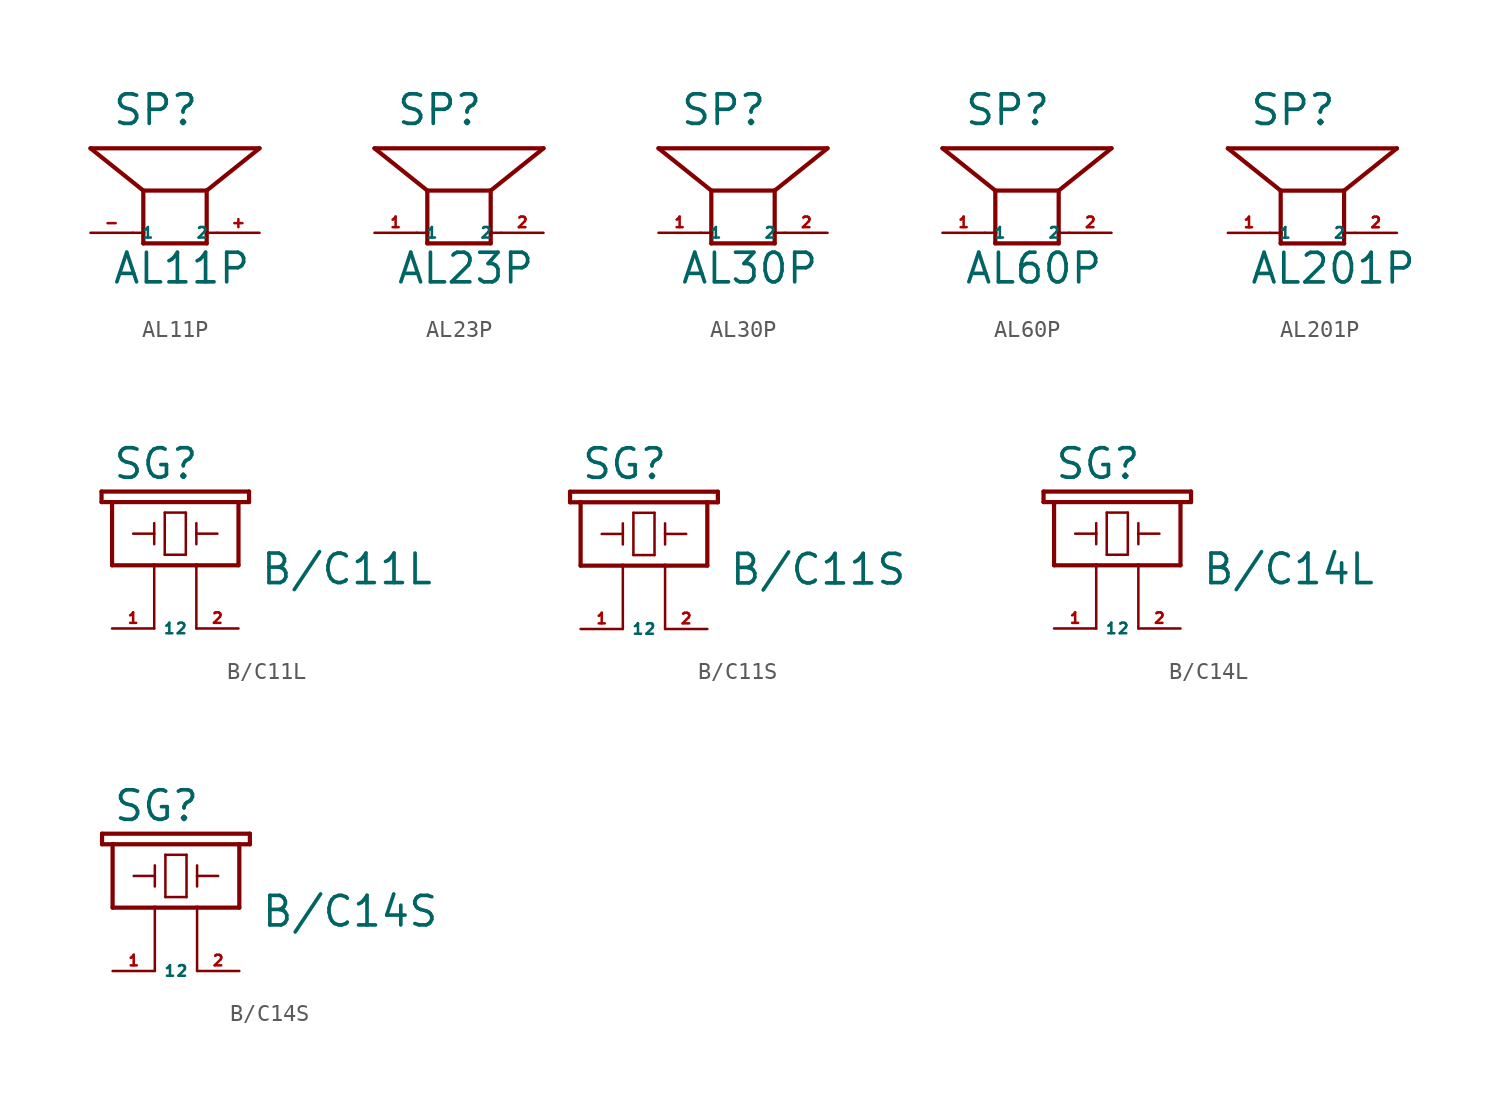
<source format=kicad_sym>
(kicad_symbol_lib
  (version 20220914)
  (generator Eagle2Kicad)
  (symbol "AL11P"
    (property "Reference" "SP"
      (at -3.81 6.35 0)
      (effects (font (size 1.778 1.778) (thickness 0.22)) (justify left bottom)))
    (property "Value" "AL11P"
      (at -3.81 -3.175 0)
      (effects (font (size 1.778 1.778) (thickness 0.22)) (justify left bottom)))
    (polyline
      (pts (xy -1.905 -0.635) (xy 1.905 -0.635))
      (stroke (width 0.254) (type default))
      (fill (type none)))
    (polyline
      (pts (xy 1.905 -0.635) (xy 1.905 0))
      (stroke (width 0.254) (type default))
      (fill (type none)))
    (polyline
      (pts (xy 1.905 2.54) (xy -1.905 2.54))
      (stroke (width 0.254) (type default))
      (fill (type none)))
    (polyline
      (pts (xy -1.905 -0.635) (xy -1.905 0))
      (stroke (width 0.254) (type default))
      (fill (type none)))
    (polyline
      (pts (xy 1.905 2.54) (xy 5.08 5.08))
      (stroke (width 0.254) (type default))
      (fill (type none)))
    (polyline
      (pts (xy 5.08 5.08) (xy -5.08 5.08))
      (stroke (width 0.254) (type default))
      (fill (type none)))
    (polyline
      (pts (xy -1.905 2.54) (xy -5.08 5.08))
      (stroke (width 0.254) (type default))
      (fill (type none)))
    (polyline
      (pts (xy 2.54 0) (xy 1.905 0))
      (stroke (width 0.152) (type default))
      (fill (type none)))
    (polyline
      (pts (xy 1.905 0) (xy 1.905 2.54))
      (stroke (width 0.254) (type default))
      (fill (type none)))
    (polyline
      (pts (xy -2.54 0) (xy -1.905 0))
      (stroke (width 0.152) (type default))
      (fill (type none)))
    (polyline
      (pts (xy -1.905 0) (xy -1.905 2.54))
      (stroke (width 0.254) (type default))
      (fill (type none)))
    (pin passive line
      (at 5.08 0 180)
      (length 2.54)
      (name "2" (effects (font (size 0.635 0.635) (thickness 0.08)) (justify left bottom)))
      (number "+" (effects (font (size 0.635 0.635) (thickness 0.08)) (justify left bottom))))
    (pin passive line
      (at -5.08 0 0)
      (length 2.54)
      (name "1" (effects (font (size 0.635 0.635) (thickness 0.08)) (justify left bottom)))
      (number "-" (effects (font (size 0.635 0.635) (thickness 0.08)) (justify left bottom)))))
  (symbol "AL23P"
    (property "Reference" "SP"
      (at -3.81 6.35 0)
      (effects (font (size 1.778 1.778) (thickness 0.22)) (justify left bottom)))
    (property "Value" "AL23P"
      (at -3.81 -3.175 0)
      (effects (font (size 1.778 1.778) (thickness 0.22)) (justify left bottom)))
    (polyline
      (pts (xy -1.905 -0.635) (xy 1.905 -0.635))
      (stroke (width 0.254) (type default))
      (fill (type none)))
    (polyline
      (pts (xy 1.905 -0.635) (xy 1.905 0))
      (stroke (width 0.254) (type default))
      (fill (type none)))
    (polyline
      (pts (xy 1.905 2.54) (xy -1.905 2.54))
      (stroke (width 0.254) (type default))
      (fill (type none)))
    (polyline
      (pts (xy -1.905 -0.635) (xy -1.905 0))
      (stroke (width 0.254) (type default))
      (fill (type none)))
    (polyline
      (pts (xy 1.905 2.54) (xy 5.08 5.08))
      (stroke (width 0.254) (type default))
      (fill (type none)))
    (polyline
      (pts (xy 5.08 5.08) (xy -5.08 5.08))
      (stroke (width 0.254) (type default))
      (fill (type none)))
    (polyline
      (pts (xy -1.905 2.54) (xy -5.08 5.08))
      (stroke (width 0.254) (type default))
      (fill (type none)))
    (polyline
      (pts (xy 2.54 0) (xy 1.905 0))
      (stroke (width 0.152) (type default))
      (fill (type none)))
    (polyline
      (pts (xy 1.905 0) (xy 1.905 2.54))
      (stroke (width 0.254) (type default))
      (fill (type none)))
    (polyline
      (pts (xy -2.54 0) (xy -1.905 0))
      (stroke (width 0.152) (type default))
      (fill (type none)))
    (polyline
      (pts (xy -1.905 0) (xy -1.905 2.54))
      (stroke (width 0.254) (type default))
      (fill (type none)))
    (pin passive line
      (at 5.08 0 180)
      (length 2.54)
      (name "2" (effects (font (size 0.635 0.635) (thickness 0.08)) (justify left bottom)))
      (number "2" (effects (font (size 0.635 0.635) (thickness 0.08)) (justify left bottom))))
    (pin passive line
      (at -5.08 0 0)
      (length 2.54)
      (name "1" (effects (font (size 0.635 0.635) (thickness 0.08)) (justify left bottom)))
      (number "1" (effects (font (size 0.635 0.635) (thickness 0.08)) (justify left bottom)))))
  (symbol "AL30P"
    (property "Reference" "SP"
      (at -3.81 6.35 0)
      (effects (font (size 1.778 1.778) (thickness 0.22)) (justify left bottom)))
    (property "Value" "AL30P"
      (at -3.81 -3.175 0)
      (effects (font (size 1.778 1.778) (thickness 0.22)) (justify left bottom)))
    (polyline
      (pts (xy -1.905 -0.635) (xy 1.905 -0.635))
      (stroke (width 0.254) (type default))
      (fill (type none)))
    (polyline
      (pts (xy 1.905 -0.635) (xy 1.905 0))
      (stroke (width 0.254) (type default))
      (fill (type none)))
    (polyline
      (pts (xy 1.905 2.54) (xy -1.905 2.54))
      (stroke (width 0.254) (type default))
      (fill (type none)))
    (polyline
      (pts (xy -1.905 -0.635) (xy -1.905 0))
      (stroke (width 0.254) (type default))
      (fill (type none)))
    (polyline
      (pts (xy 1.905 2.54) (xy 5.08 5.08))
      (stroke (width 0.254) (type default))
      (fill (type none)))
    (polyline
      (pts (xy 5.08 5.08) (xy -5.08 5.08))
      (stroke (width 0.254) (type default))
      (fill (type none)))
    (polyline
      (pts (xy -1.905 2.54) (xy -5.08 5.08))
      (stroke (width 0.254) (type default))
      (fill (type none)))
    (polyline
      (pts (xy 2.54 0) (xy 1.905 0))
      (stroke (width 0.152) (type default))
      (fill (type none)))
    (polyline
      (pts (xy 1.905 0) (xy 1.905 2.54))
      (stroke (width 0.254) (type default))
      (fill (type none)))
    (polyline
      (pts (xy -2.54 0) (xy -1.905 0))
      (stroke (width 0.152) (type default))
      (fill (type none)))
    (polyline
      (pts (xy -1.905 0) (xy -1.905 2.54))
      (stroke (width 0.254) (type default))
      (fill (type none)))
    (pin passive line
      (at 5.08 0 180)
      (length 2.54)
      (name "2" (effects (font (size 0.635 0.635) (thickness 0.08)) (justify left bottom)))
      (number "2" (effects (font (size 0.635 0.635) (thickness 0.08)) (justify left bottom))))
    (pin passive line
      (at -5.08 0 0)
      (length 2.54)
      (name "1" (effects (font (size 0.635 0.635) (thickness 0.08)) (justify left bottom)))
      (number "1" (effects (font (size 0.635 0.635) (thickness 0.08)) (justify left bottom)))))
  (symbol "AL60P"
    (property "Reference" "SP"
      (at -3.81 6.35 0)
      (effects (font (size 1.778 1.778) (thickness 0.22)) (justify left bottom)))
    (property "Value" "AL60P"
      (at -3.81 -3.175 0)
      (effects (font (size 1.778 1.778) (thickness 0.22)) (justify left bottom)))
    (polyline
      (pts (xy -1.905 -0.635) (xy 1.905 -0.635))
      (stroke (width 0.254) (type default))
      (fill (type none)))
    (polyline
      (pts (xy 1.905 -0.635) (xy 1.905 0))
      (stroke (width 0.254) (type default))
      (fill (type none)))
    (polyline
      (pts (xy 1.905 2.54) (xy -1.905 2.54))
      (stroke (width 0.254) (type default))
      (fill (type none)))
    (polyline
      (pts (xy -1.905 -0.635) (xy -1.905 0))
      (stroke (width 0.254) (type default))
      (fill (type none)))
    (polyline
      (pts (xy 1.905 2.54) (xy 5.08 5.08))
      (stroke (width 0.254) (type default))
      (fill (type none)))
    (polyline
      (pts (xy 5.08 5.08) (xy -5.08 5.08))
      (stroke (width 0.254) (type default))
      (fill (type none)))
    (polyline
      (pts (xy -1.905 2.54) (xy -5.08 5.08))
      (stroke (width 0.254) (type default))
      (fill (type none)))
    (polyline
      (pts (xy 2.54 0) (xy 1.905 0))
      (stroke (width 0.152) (type default))
      (fill (type none)))
    (polyline
      (pts (xy 1.905 0) (xy 1.905 2.54))
      (stroke (width 0.254) (type default))
      (fill (type none)))
    (polyline
      (pts (xy -2.54 0) (xy -1.905 0))
      (stroke (width 0.152) (type default))
      (fill (type none)))
    (polyline
      (pts (xy -1.905 0) (xy -1.905 2.54))
      (stroke (width 0.254) (type default))
      (fill (type none)))
    (pin passive line
      (at 5.08 0 180)
      (length 2.54)
      (name "2" (effects (font (size 0.635 0.635) (thickness 0.08)) (justify left bottom)))
      (number "2" (effects (font (size 0.635 0.635) (thickness 0.08)) (justify left bottom))))
    (pin passive line
      (at -5.08 0 0)
      (length 2.54)
      (name "1" (effects (font (size 0.635 0.635) (thickness 0.08)) (justify left bottom)))
      (number "1" (effects (font (size 0.635 0.635) (thickness 0.08)) (justify left bottom)))))
  (symbol "AL201P"
    (property "Reference" "SP"
      (at -3.81 6.35 0)
      (effects (font (size 1.778 1.778) (thickness 0.22)) (justify left bottom)))
    (property "Value" "AL201P"
      (at -3.81 -3.175 0)
      (effects (font (size 1.778 1.778) (thickness 0.22)) (justify left bottom)))
    (polyline
      (pts (xy -1.905 -0.635) (xy 1.905 -0.635))
      (stroke (width 0.254) (type default))
      (fill (type none)))
    (polyline
      (pts (xy 1.905 -0.635) (xy 1.905 0))
      (stroke (width 0.254) (type default))
      (fill (type none)))
    (polyline
      (pts (xy 1.905 2.54) (xy -1.905 2.54))
      (stroke (width 0.254) (type default))
      (fill (type none)))
    (polyline
      (pts (xy -1.905 -0.635) (xy -1.905 0))
      (stroke (width 0.254) (type default))
      (fill (type none)))
    (polyline
      (pts (xy 1.905 2.54) (xy 5.08 5.08))
      (stroke (width 0.254) (type default))
      (fill (type none)))
    (polyline
      (pts (xy 5.08 5.08) (xy -5.08 5.08))
      (stroke (width 0.254) (type default))
      (fill (type none)))
    (polyline
      (pts (xy -1.905 2.54) (xy -5.08 5.08))
      (stroke (width 0.254) (type default))
      (fill (type none)))
    (polyline
      (pts (xy 2.54 0) (xy 1.905 0))
      (stroke (width 0.152) (type default))
      (fill (type none)))
    (polyline
      (pts (xy 1.905 0) (xy 1.905 2.54))
      (stroke (width 0.254) (type default))
      (fill (type none)))
    (polyline
      (pts (xy -2.54 0) (xy -1.905 0))
      (stroke (width 0.152) (type default))
      (fill (type none)))
    (polyline
      (pts (xy -1.905 0) (xy -1.905 2.54))
      (stroke (width 0.254) (type default))
      (fill (type none)))
    (pin passive line
      (at 5.08 0 180)
      (length 2.54)
      (name "2" (effects (font (size 0.635 0.635) (thickness 0.08)) (justify left bottom)))
      (number "2" (effects (font (size 0.635 0.635) (thickness 0.08)) (justify left bottom))))
    (pin passive line
      (at -5.08 0 0)
      (length 2.54)
      (name "1" (effects (font (size 0.635 0.635) (thickness 0.08)) (justify left bottom)))
      (number "1" (effects (font (size 0.635 0.635) (thickness 0.08)) (justify left bottom)))))
  (symbol "B/C11L"
    (property "Reference" "SG"
      (at -2.54 6.35 0)
      (effects (font (size 1.778 1.778) (thickness 0.22)) (justify left bottom)))
    (property "Value" "B/C11L"
      (at 6.35 0 0)
      (effects (font (size 1.778 1.778) (thickness 0.22)) (justify left bottom)))
    (polyline
      (pts (xy -1.27 3.175) (xy 0 3.175))
      (stroke (width 0.152) (type default))
      (fill (type none)))
    (polyline
      (pts (xy 0 3.175) (xy 0 3.81))
      (stroke (width 0.152) (type default))
      (fill (type none)))
    (polyline
      (pts (xy 0 3.175) (xy 0 2.54))
      (stroke (width 0.152) (type default))
      (fill (type none)))
    (polyline
      (pts (xy 0.635 4.445) (xy 0.635 1.905))
      (stroke (width 0.152) (type default))
      (fill (type none)))
    (polyline
      (pts (xy 0.635 1.905) (xy 1.905 1.905))
      (stroke (width 0.152) (type default))
      (fill (type none)))
    (polyline
      (pts (xy 1.905 1.905) (xy 1.905 4.445))
      (stroke (width 0.152) (type default))
      (fill (type none)))
    (polyline
      (pts (xy 1.905 4.445) (xy 0.635 4.445))
      (stroke (width 0.152) (type default))
      (fill (type none)))
    (polyline
      (pts (xy 2.54 3.81) (xy 2.54 3.175))
      (stroke (width 0.152) (type default))
      (fill (type none)))
    (polyline
      (pts (xy 2.54 3.175) (xy 3.81 3.175))
      (stroke (width 0.152) (type default))
      (fill (type none)))
    (polyline
      (pts (xy 2.54 3.175) (xy 2.54 2.54))
      (stroke (width 0.152) (type default))
      (fill (type none)))
    (polyline
      (pts (xy 2.54 -2.54) (xy 2.54 1.27))
      (stroke (width 0.152) (type default))
      (fill (type none)))
    (polyline
      (pts (xy 0 -2.54) (xy 0 1.27))
      (stroke (width 0.152) (type default))
      (fill (type none)))
    (polyline
      (pts (xy -2.54 1.27) (xy 0 1.27))
      (stroke (width 0.254) (type default))
      (fill (type none)))
    (polyline
      (pts (xy 5.08 1.27) (xy 5.08 5.08))
      (stroke (width 0.254) (type default))
      (fill (type none)))
    (polyline
      (pts (xy 5.08 5.08) (xy 5.715 5.08))
      (stroke (width 0.254) (type default))
      (fill (type none)))
    (polyline
      (pts (xy 5.715 5.08) (xy 5.715 5.715))
      (stroke (width 0.254) (type default))
      (fill (type none)))
    (polyline
      (pts (xy 5.715 5.715) (xy -3.175 5.715))
      (stroke (width 0.254) (type default))
      (fill (type none)))
    (polyline
      (pts (xy -3.175 5.715) (xy -3.175 5.08))
      (stroke (width 0.254) (type default))
      (fill (type none)))
    (polyline
      (pts (xy -3.175 5.08) (xy -2.54 5.08))
      (stroke (width 0.254) (type default))
      (fill (type none)))
    (polyline
      (pts (xy -2.54 5.08) (xy -2.54 1.27))
      (stroke (width 0.254) (type default))
      (fill (type none)))
    (polyline
      (pts (xy -2.54 5.08) (xy 5.08 5.08))
      (stroke (width 0.254) (type default))
      (fill (type none)))
    (polyline
      (pts (xy 2.54 1.27) (xy 5.08 1.27))
      (stroke (width 0.254) (type default))
      (fill (type none)))
    (polyline
      (pts (xy 0 1.27) (xy 2.54 1.27))
      (stroke (width 0.254) (type default))
      (fill (type none)))
    (pin passive line
      (at 5.08 -2.54 180)
      (length 2.54)
      (name "2" (effects (font (size 0.635 0.635) (thickness 0.08)) (justify left bottom)))
      (number "2" (effects (font (size 0.635 0.635) (thickness 0.08)) (justify left bottom))))
    (pin passive line
      (at -2.54 -2.54 0)
      (length 2.54)
      (name "1" (effects (font (size 0.635 0.635) (thickness 0.08)) (justify left bottom)))
      (number "1" (effects (font (size 0.635 0.635) (thickness 0.08)) (justify left bottom)))))
  (symbol "B/C11S"
    (property "Reference" "SG"
      (at -2.54 6.35 0)
      (effects (font (size 1.778 1.778) (thickness 0.22)) (justify left bottom)))
    (property "Value" "B/C11S"
      (at 6.35 0 0)
      (effects (font (size 1.778 1.778) (thickness 0.22)) (justify left bottom)))
    (polyline
      (pts (xy -1.27 3.175) (xy 0 3.175))
      (stroke (width 0.152) (type default))
      (fill (type none)))
    (polyline
      (pts (xy 0 3.175) (xy 0 3.81))
      (stroke (width 0.152) (type default))
      (fill (type none)))
    (polyline
      (pts (xy 0 3.175) (xy 0 2.54))
      (stroke (width 0.152) (type default))
      (fill (type none)))
    (polyline
      (pts (xy 0.635 4.445) (xy 0.635 1.905))
      (stroke (width 0.152) (type default))
      (fill (type none)))
    (polyline
      (pts (xy 0.635 1.905) (xy 1.905 1.905))
      (stroke (width 0.152) (type default))
      (fill (type none)))
    (polyline
      (pts (xy 1.905 1.905) (xy 1.905 4.445))
      (stroke (width 0.152) (type default))
      (fill (type none)))
    (polyline
      (pts (xy 1.905 4.445) (xy 0.635 4.445))
      (stroke (width 0.152) (type default))
      (fill (type none)))
    (polyline
      (pts (xy 2.54 3.81) (xy 2.54 3.175))
      (stroke (width 0.152) (type default))
      (fill (type none)))
    (polyline
      (pts (xy 2.54 3.175) (xy 3.81 3.175))
      (stroke (width 0.152) (type default))
      (fill (type none)))
    (polyline
      (pts (xy 2.54 3.175) (xy 2.54 2.54))
      (stroke (width 0.152) (type default))
      (fill (type none)))
    (polyline
      (pts (xy 2.54 -2.54) (xy 2.54 1.27))
      (stroke (width 0.152) (type default))
      (fill (type none)))
    (polyline
      (pts (xy 0 -2.54) (xy 0 1.27))
      (stroke (width 0.152) (type default))
      (fill (type none)))
    (polyline
      (pts (xy -2.54 1.27) (xy 0 1.27))
      (stroke (width 0.254) (type default))
      (fill (type none)))
    (polyline
      (pts (xy 5.08 1.27) (xy 5.08 5.08))
      (stroke (width 0.254) (type default))
      (fill (type none)))
    (polyline
      (pts (xy 5.08 5.08) (xy 5.715 5.08))
      (stroke (width 0.254) (type default))
      (fill (type none)))
    (polyline
      (pts (xy 5.715 5.08) (xy 5.715 5.715))
      (stroke (width 0.254) (type default))
      (fill (type none)))
    (polyline
      (pts (xy 5.715 5.715) (xy -3.175 5.715))
      (stroke (width 0.254) (type default))
      (fill (type none)))
    (polyline
      (pts (xy -3.175 5.715) (xy -3.175 5.08))
      (stroke (width 0.254) (type default))
      (fill (type none)))
    (polyline
      (pts (xy -3.175 5.08) (xy -2.54 5.08))
      (stroke (width 0.254) (type default))
      (fill (type none)))
    (polyline
      (pts (xy -2.54 5.08) (xy -2.54 1.27))
      (stroke (width 0.254) (type default))
      (fill (type none)))
    (polyline
      (pts (xy -2.54 5.08) (xy 5.08 5.08))
      (stroke (width 0.254) (type default))
      (fill (type none)))
    (polyline
      (pts (xy 2.54 1.27) (xy 5.08 1.27))
      (stroke (width 0.254) (type default))
      (fill (type none)))
    (polyline
      (pts (xy 0 1.27) (xy 2.54 1.27))
      (stroke (width 0.254) (type default))
      (fill (type none)))
    (pin passive line
      (at 5.08 -2.54 180)
      (length 2.54)
      (name "2" (effects (font (size 0.635 0.635) (thickness 0.08)) (justify left bottom)))
      (number "2" (effects (font (size 0.635 0.635) (thickness 0.08)) (justify left bottom))))
    (pin passive line
      (at -2.54 -2.54 0)
      (length 2.54)
      (name "1" (effects (font (size 0.635 0.635) (thickness 0.08)) (justify left bottom)))
      (number "1" (effects (font (size 0.635 0.635) (thickness 0.08)) (justify left bottom)))))
  (symbol "B/C14L"
    (property "Reference" "SG"
      (at -2.54 6.35 0)
      (effects (font (size 1.778 1.778) (thickness 0.22)) (justify left bottom)))
    (property "Value" "B/C14L"
      (at 6.35 0 0)
      (effects (font (size 1.778 1.778) (thickness 0.22)) (justify left bottom)))
    (polyline
      (pts (xy -1.27 3.175) (xy 0 3.175))
      (stroke (width 0.152) (type default))
      (fill (type none)))
    (polyline
      (pts (xy 0 3.175) (xy 0 3.81))
      (stroke (width 0.152) (type default))
      (fill (type none)))
    (polyline
      (pts (xy 0 3.175) (xy 0 2.54))
      (stroke (width 0.152) (type default))
      (fill (type none)))
    (polyline
      (pts (xy 0.635 4.445) (xy 0.635 1.905))
      (stroke (width 0.152) (type default))
      (fill (type none)))
    (polyline
      (pts (xy 0.635 1.905) (xy 1.905 1.905))
      (stroke (width 0.152) (type default))
      (fill (type none)))
    (polyline
      (pts (xy 1.905 1.905) (xy 1.905 4.445))
      (stroke (width 0.152) (type default))
      (fill (type none)))
    (polyline
      (pts (xy 1.905 4.445) (xy 0.635 4.445))
      (stroke (width 0.152) (type default))
      (fill (type none)))
    (polyline
      (pts (xy 2.54 3.81) (xy 2.54 3.175))
      (stroke (width 0.152) (type default))
      (fill (type none)))
    (polyline
      (pts (xy 2.54 3.175) (xy 3.81 3.175))
      (stroke (width 0.152) (type default))
      (fill (type none)))
    (polyline
      (pts (xy 2.54 3.175) (xy 2.54 2.54))
      (stroke (width 0.152) (type default))
      (fill (type none)))
    (polyline
      (pts (xy 2.54 -2.54) (xy 2.54 1.27))
      (stroke (width 0.152) (type default))
      (fill (type none)))
    (polyline
      (pts (xy 0 -2.54) (xy 0 1.27))
      (stroke (width 0.152) (type default))
      (fill (type none)))
    (polyline
      (pts (xy -2.54 1.27) (xy 0 1.27))
      (stroke (width 0.254) (type default))
      (fill (type none)))
    (polyline
      (pts (xy 5.08 1.27) (xy 5.08 5.08))
      (stroke (width 0.254) (type default))
      (fill (type none)))
    (polyline
      (pts (xy 5.08 5.08) (xy 5.715 5.08))
      (stroke (width 0.254) (type default))
      (fill (type none)))
    (polyline
      (pts (xy 5.715 5.08) (xy 5.715 5.715))
      (stroke (width 0.254) (type default))
      (fill (type none)))
    (polyline
      (pts (xy 5.715 5.715) (xy -3.175 5.715))
      (stroke (width 0.254) (type default))
      (fill (type none)))
    (polyline
      (pts (xy -3.175 5.715) (xy -3.175 5.08))
      (stroke (width 0.254) (type default))
      (fill (type none)))
    (polyline
      (pts (xy -3.175 5.08) (xy -2.54 5.08))
      (stroke (width 0.254) (type default))
      (fill (type none)))
    (polyline
      (pts (xy -2.54 5.08) (xy -2.54 1.27))
      (stroke (width 0.254) (type default))
      (fill (type none)))
    (polyline
      (pts (xy -2.54 5.08) (xy 5.08 5.08))
      (stroke (width 0.254) (type default))
      (fill (type none)))
    (polyline
      (pts (xy 2.54 1.27) (xy 5.08 1.27))
      (stroke (width 0.254) (type default))
      (fill (type none)))
    (polyline
      (pts (xy 0 1.27) (xy 2.54 1.27))
      (stroke (width 0.254) (type default))
      (fill (type none)))
    (pin passive line
      (at 5.08 -2.54 180)
      (length 2.54)
      (name "2" (effects (font (size 0.635 0.635) (thickness 0.08)) (justify left bottom)))
      (number "2" (effects (font (size 0.635 0.635) (thickness 0.08)) (justify left bottom))))
    (pin passive line
      (at -2.54 -2.54 0)
      (length 2.54)
      (name "1" (effects (font (size 0.635 0.635) (thickness 0.08)) (justify left bottom)))
      (number "1" (effects (font (size 0.635 0.635) (thickness 0.08)) (justify left bottom)))))
  (symbol "B/C14S"
    (property "Reference" "SG"
      (at -2.54 6.35 0)
      (effects (font (size 1.778 1.778) (thickness 0.22)) (justify left bottom)))
    (property "Value" "B/C14S"
      (at 6.35 0 0)
      (effects (font (size 1.778 1.778) (thickness 0.22)) (justify left bottom)))
    (polyline
      (pts (xy -1.27 3.175) (xy 0 3.175))
      (stroke (width 0.152) (type default))
      (fill (type none)))
    (polyline
      (pts (xy 0 3.175) (xy 0 3.81))
      (stroke (width 0.152) (type default))
      (fill (type none)))
    (polyline
      (pts (xy 0 3.175) (xy 0 2.54))
      (stroke (width 0.152) (type default))
      (fill (type none)))
    (polyline
      (pts (xy 0.635 4.445) (xy 0.635 1.905))
      (stroke (width 0.152) (type default))
      (fill (type none)))
    (polyline
      (pts (xy 0.635 1.905) (xy 1.905 1.905))
      (stroke (width 0.152) (type default))
      (fill (type none)))
    (polyline
      (pts (xy 1.905 1.905) (xy 1.905 4.445))
      (stroke (width 0.152) (type default))
      (fill (type none)))
    (polyline
      (pts (xy 1.905 4.445) (xy 0.635 4.445))
      (stroke (width 0.152) (type default))
      (fill (type none)))
    (polyline
      (pts (xy 2.54 3.81) (xy 2.54 3.175))
      (stroke (width 0.152) (type default))
      (fill (type none)))
    (polyline
      (pts (xy 2.54 3.175) (xy 3.81 3.175))
      (stroke (width 0.152) (type default))
      (fill (type none)))
    (polyline
      (pts (xy 2.54 3.175) (xy 2.54 2.54))
      (stroke (width 0.152) (type default))
      (fill (type none)))
    (polyline
      (pts (xy 2.54 -2.54) (xy 2.54 1.27))
      (stroke (width 0.152) (type default))
      (fill (type none)))
    (polyline
      (pts (xy 0 -2.54) (xy 0 1.27))
      (stroke (width 0.152) (type default))
      (fill (type none)))
    (polyline
      (pts (xy -2.54 1.27) (xy 0 1.27))
      (stroke (width 0.254) (type default))
      (fill (type none)))
    (polyline
      (pts (xy 5.08 1.27) (xy 5.08 5.08))
      (stroke (width 0.254) (type default))
      (fill (type none)))
    (polyline
      (pts (xy 5.08 5.08) (xy 5.715 5.08))
      (stroke (width 0.254) (type default))
      (fill (type none)))
    (polyline
      (pts (xy 5.715 5.08) (xy 5.715 5.715))
      (stroke (width 0.254) (type default))
      (fill (type none)))
    (polyline
      (pts (xy 5.715 5.715) (xy -3.175 5.715))
      (stroke (width 0.254) (type default))
      (fill (type none)))
    (polyline
      (pts (xy -3.175 5.715) (xy -3.175 5.08))
      (stroke (width 0.254) (type default))
      (fill (type none)))
    (polyline
      (pts (xy -3.175 5.08) (xy -2.54 5.08))
      (stroke (width 0.254) (type default))
      (fill (type none)))
    (polyline
      (pts (xy -2.54 5.08) (xy -2.54 1.27))
      (stroke (width 0.254) (type default))
      (fill (type none)))
    (polyline
      (pts (xy -2.54 5.08) (xy 5.08 5.08))
      (stroke (width 0.254) (type default))
      (fill (type none)))
    (polyline
      (pts (xy 2.54 1.27) (xy 5.08 1.27))
      (stroke (width 0.254) (type default))
      (fill (type none)))
    (polyline
      (pts (xy 0 1.27) (xy 2.54 1.27))
      (stroke (width 0.254) (type default))
      (fill (type none)))
    (pin passive line
      (at 5.08 -2.54 180)
      (length 2.54)
      (name "2" (effects (font (size 0.635 0.635) (thickness 0.08)) (justify left bottom)))
      (number "2" (effects (font (size 0.635 0.635) (thickness 0.08)) (justify left bottom))))
    (pin passive line
      (at -2.54 -2.54 0)
      (length 2.54)
      (name "1" (effects (font (size 0.635 0.635) (thickness 0.08)) (justify left bottom)))
      (number "1" (effects (font (size 0.635 0.635) (thickness 0.08)) (justify left bottom))))))
</source>
